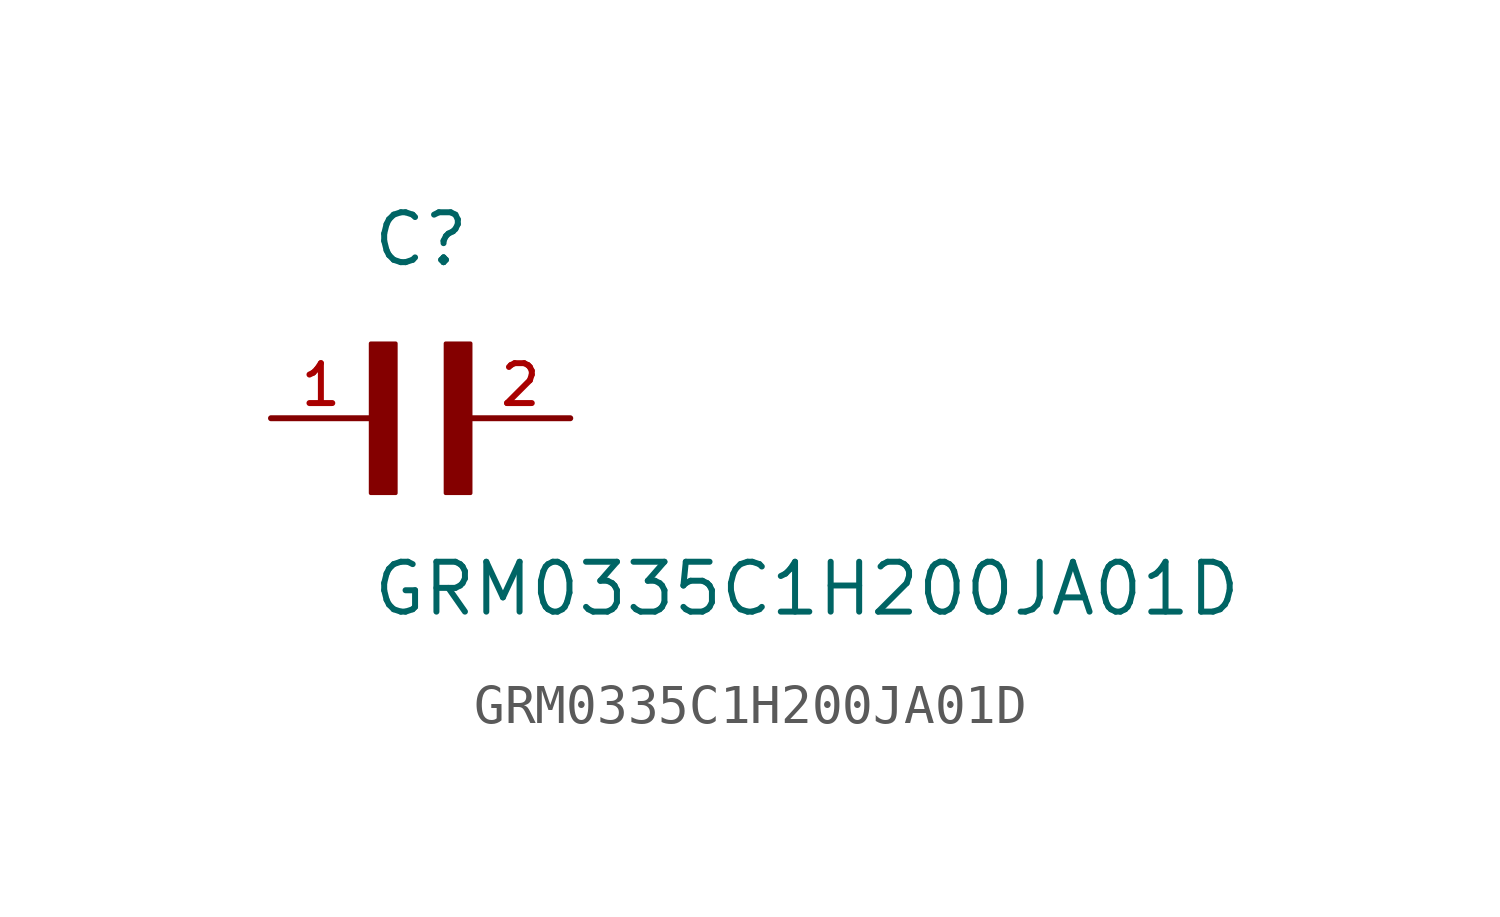
<source format=kicad_sym>
(kicad_symbol_lib
  (version 20211014)
  (generator kicad_symbol_editor)
  (symbol "GRM0335C1H200JA01D"
    (pin_names
      (offset 1.016))
    (property "Reference" "C"
      (at 0.0 3.811 0)
      (effects (font (size 1.27 1.27)) (justify bottom left)))
    (property "Value" "GRM0335C1H200JA01D"
      (at 0.0 -5.088 0)
      (effects (font (size 1.27 1.27)) (justify bottom left)))
    (symbol "GRM0335C1H200JA01D_0_0"
      (rectangle (start 0.0 -1.907) (end 0.635 1.905) (stroke (width 0.1)) (fill (type outline)))
      (rectangle (start 1.907 -1.907) (end 2.54 1.905) (stroke (width 0.1)) (fill (type outline)))
      (pin passive line (at 5.08 0.0 180.0) (length 2.54) (name "~" (effects (font (size 1.016 1.016)))) (number "2" (effects (font (size 1.016 1.016)))))
      (pin passive line (at -2.54 0.0 0) (length 2.54) (name "~" (effects (font (size 1.016 1.016)))) (number "1" (effects (font (size 1.016 1.016))))))))
</source>
